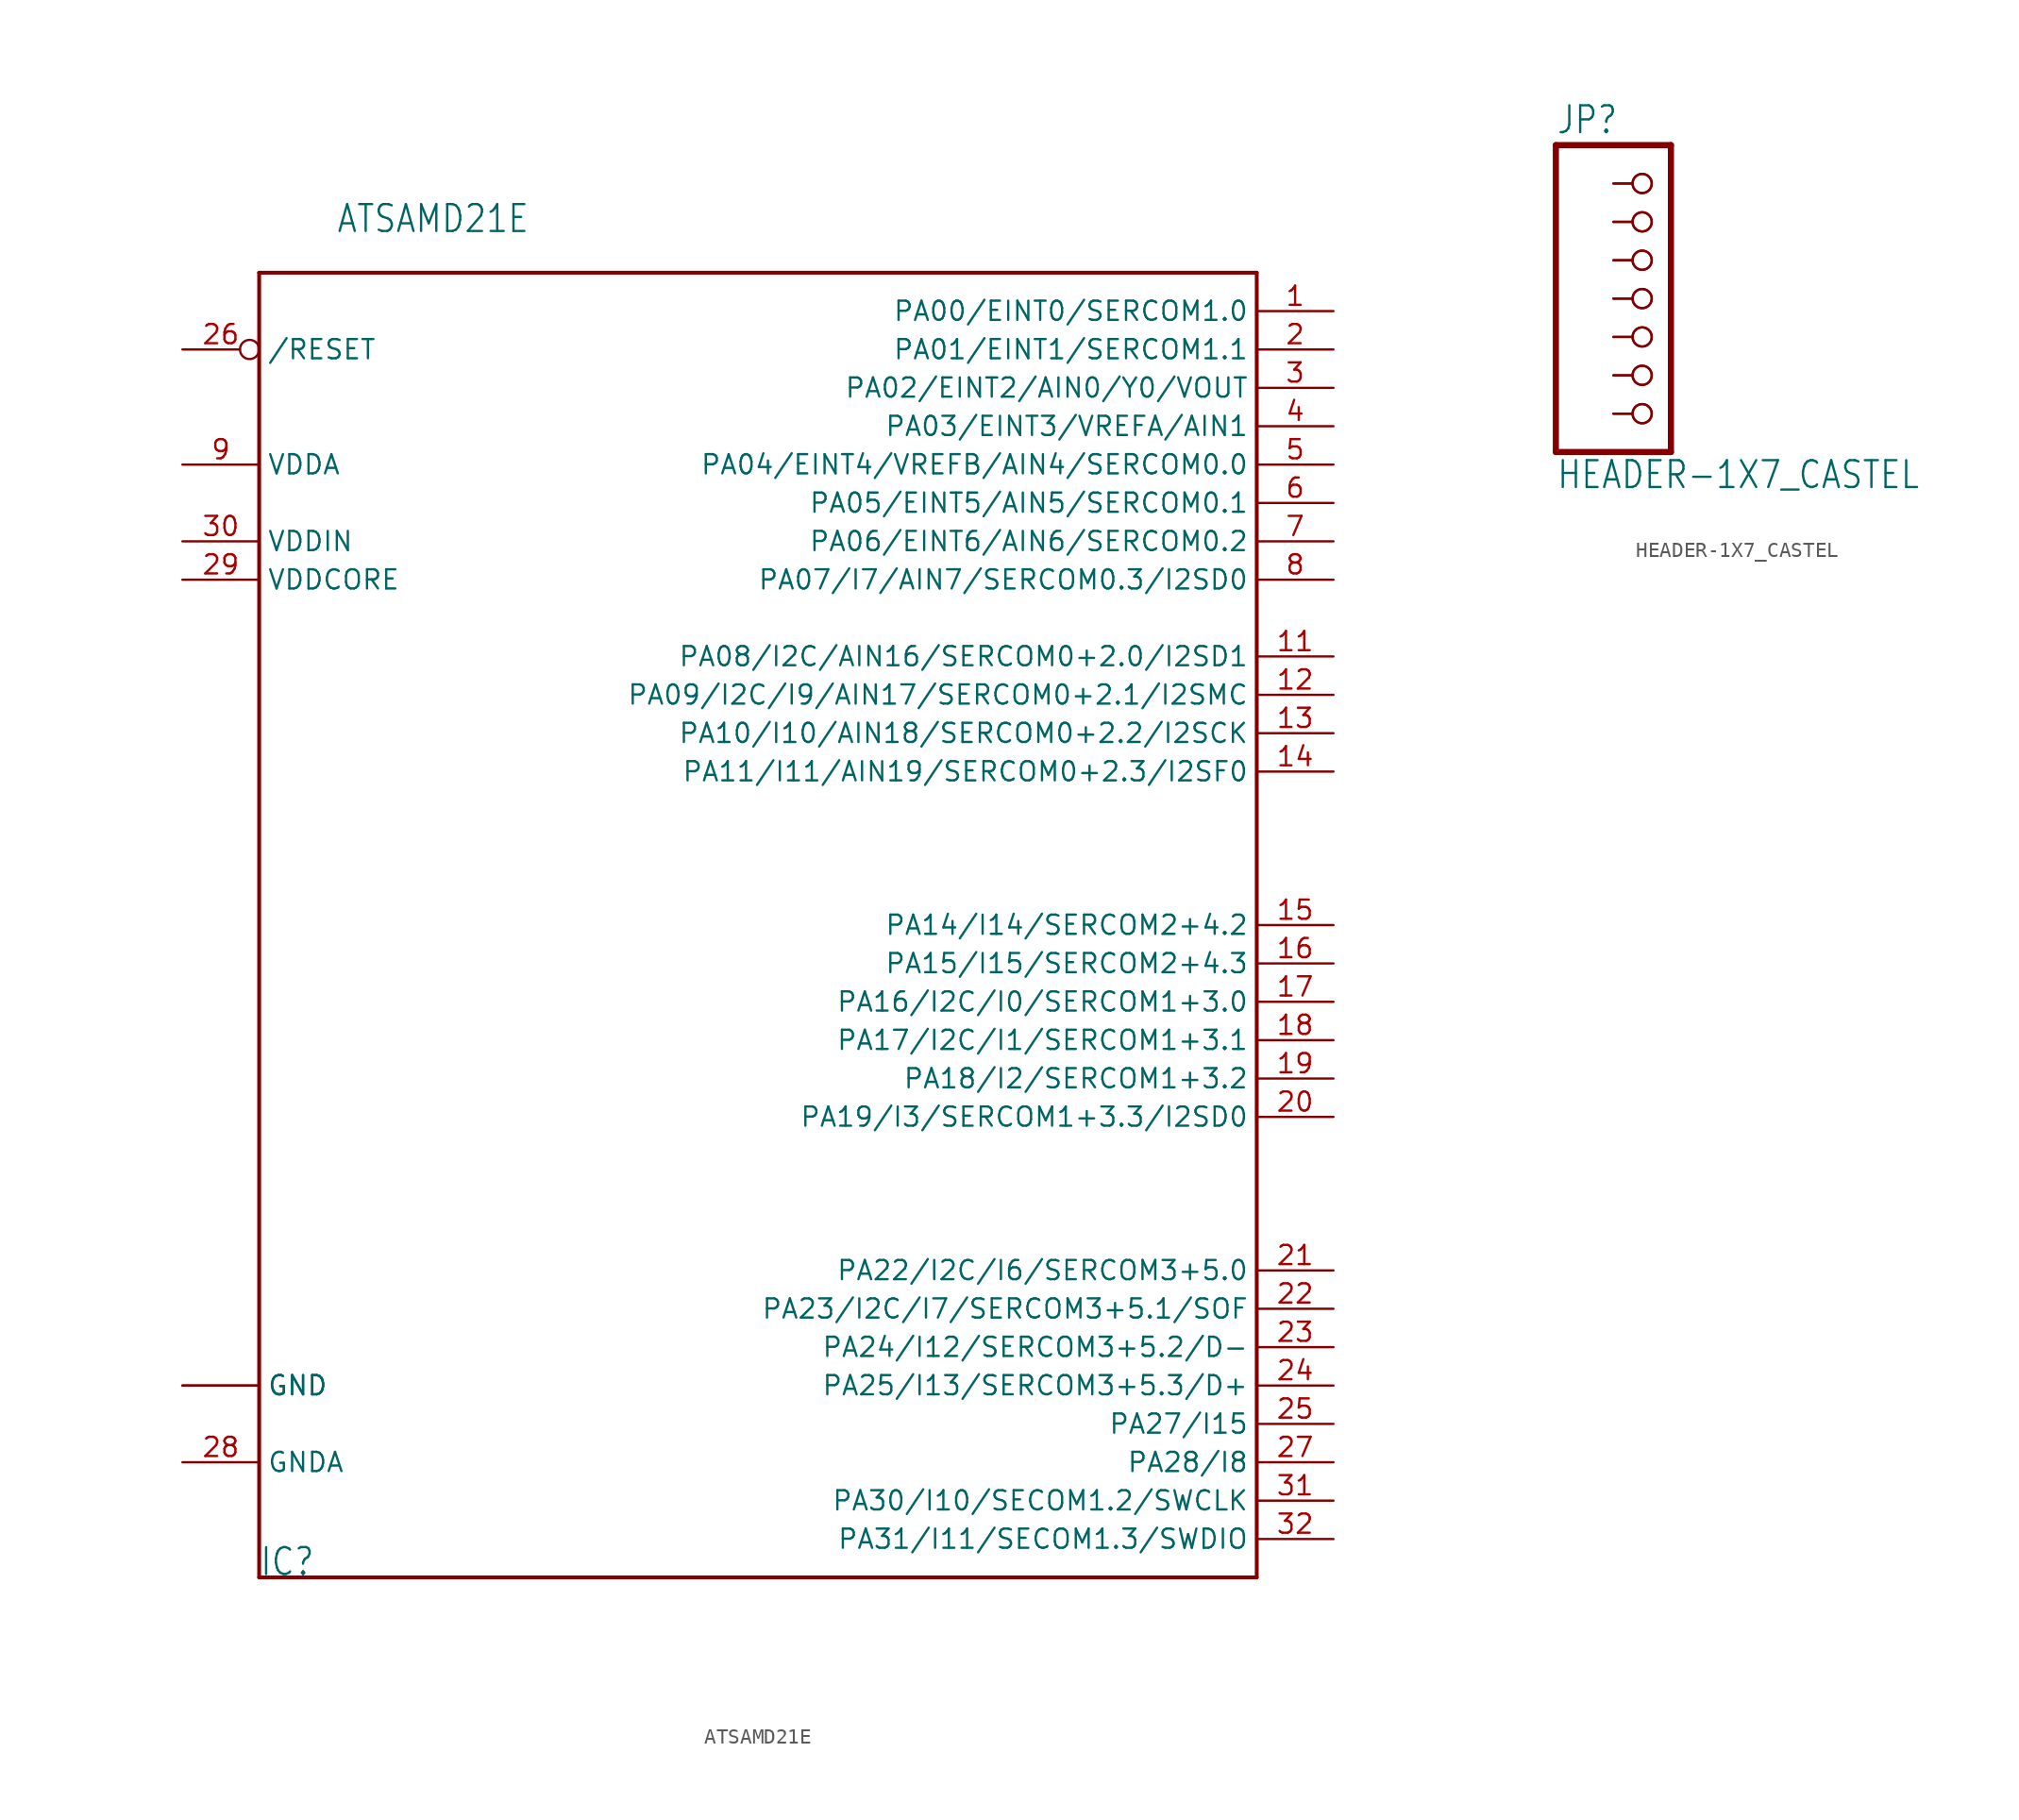
<source format=kicad_sym>
(kicad_symbol_lib
  (version 20211014)
  (generator kicad_symbol_editor)
  (symbol "ATSAMD21E"
    (property "Reference" "IC"
      (at -35.56 -43.18 0)
      (effects (font (size 1.778 1.511)) (justify left bottom)))
    (property "Value" "ATSAMD21E"
      (at -30.48 45.72 0)
      (effects (font (size 1.778 1.511)) (justify left bottom)))
    (property "ki_locked" ""
      (at 0 0 0)
      (effects (font (size 1.27 1.27))))
    (symbol "ATSAMD21E_1_0"
      (polyline (pts (xy -35.56 -43.18) (xy -35.56 43.18)) (stroke (width 0.254) (type default) (color 0 0 0 0)) (fill (type none)))
      (polyline (pts (xy -35.56 43.18) (xy 30.48 43.18)) (stroke (width 0.254) (type default) (color 0 0 0 0)) (fill (type none)))
      (polyline (pts (xy 30.48 -43.18) (xy -35.56 -43.18)) (stroke (width 0.254) (type default) (color 0 0 0 0)) (fill (type none)))
      (polyline (pts (xy 30.48 43.18) (xy 30.48 -43.18)) (stroke (width 0.254) (type default) (color 0 0 0 0)) (fill (type none)))
      (pin bidirectional line (at 35.56 40.64 180) (length 5.08) (name "PA00/EINT0/SERCOM1.0" (effects (font (size 1.27 1.27)))) (number "1" (effects (font (size 1.27 1.27)))))
      (pin power_in line (at -40.64 -30.48 0) (length 5.08) (name "GND" (effects (font (size 1.27 1.27)))) (number "10" (effects (font (size 0 0)))))
      (pin bidirectional line (at 35.56 17.78 180) (length 5.08) (name "PA08/I2C/AIN16/SERCOM0+2.0/I2SD1" (effects (font (size 1.27 1.27)))) (number "11" (effects (font (size 1.27 1.27)))))
      (pin bidirectional line (at 35.56 15.24 180) (length 5.08) (name "PA09/I2C/I9/AIN17/SERCOM0+2.1/I2SMC" (effects (font (size 1.27 1.27)))) (number "12" (effects (font (size 1.27 1.27)))))
      (pin bidirectional line (at 35.56 12.7 180) (length 5.08) (name "PA10/I10/AIN18/SERCOM0+2.2/I2SCK" (effects (font (size 1.27 1.27)))) (number "13" (effects (font (size 1.27 1.27)))))
      (pin bidirectional line (at 35.56 10.16 180) (length 5.08) (name "PA11/I11/AIN19/SERCOM0+2.3/I2SF0" (effects (font (size 1.27 1.27)))) (number "14" (effects (font (size 1.27 1.27)))))
      (pin bidirectional line (at 35.56 0 180) (length 5.08) (name "PA14/I14/SERCOM2+4.2" (effects (font (size 1.27 1.27)))) (number "15" (effects (font (size 1.27 1.27)))))
      (pin bidirectional line (at 35.56 -2.54 180) (length 5.08) (name "PA15/I15/SERCOM2+4.3" (effects (font (size 1.27 1.27)))) (number "16" (effects (font (size 1.27 1.27)))))
      (pin bidirectional line (at 35.56 -5.08 180) (length 5.08) (name "PA16/I2C/I0/SERCOM1+3.0" (effects (font (size 1.27 1.27)))) (number "17" (effects (font (size 1.27 1.27)))))
      (pin bidirectional line (at 35.56 -7.62 180) (length 5.08) (name "PA17/I2C/I1/SERCOM1+3.1" (effects (font (size 1.27 1.27)))) (number "18" (effects (font (size 1.27 1.27)))))
      (pin bidirectional line (at 35.56 -10.16 180) (length 5.08) (name "PA18/I2/SERCOM1+3.2" (effects (font (size 1.27 1.27)))) (number "19" (effects (font (size 1.27 1.27)))))
      (pin bidirectional line (at 35.56 38.1 180) (length 5.08) (name "PA01/EINT1/SERCOM1.1" (effects (font (size 1.27 1.27)))) (number "2" (effects (font (size 1.27 1.27)))))
      (pin bidirectional line (at 35.56 -12.7 180) (length 5.08) (name "PA19/I3/SERCOM1+3.3/I2SD0" (effects (font (size 1.27 1.27)))) (number "20" (effects (font (size 1.27 1.27)))))
      (pin bidirectional line (at 35.56 -22.86 180) (length 5.08) (name "PA22/I2C/I6/SERCOM3+5.0" (effects (font (size 1.27 1.27)))) (number "21" (effects (font (size 1.27 1.27)))))
      (pin bidirectional line (at 35.56 -25.4 180) (length 5.08) (name "PA23/I2C/I7/SERCOM3+5.1/SOF" (effects (font (size 1.27 1.27)))) (number "22" (effects (font (size 1.27 1.27)))))
      (pin bidirectional line (at 35.56 -27.94 180) (length 5.08) (name "PA24/I12/SERCOM3+5.2/D-" (effects (font (size 1.27 1.27)))) (number "23" (effects (font (size 1.27 1.27)))))
      (pin bidirectional line (at 35.56 -30.48 180) (length 5.08) (name "PA25/I13/SERCOM3+5.3/D+" (effects (font (size 1.27 1.27)))) (number "24" (effects (font (size 1.27 1.27)))))
      (pin bidirectional line (at 35.56 -33.02 180) (length 5.08) (name "PA27/I15" (effects (font (size 1.27 1.27)))) (number "25" (effects (font (size 1.27 1.27)))))
      (pin bidirectional inverted (at -40.64 38.1 0) (length 5.08) (name "/RESET" (effects (font (size 1.27 1.27)))) (number "26" (effects (font (size 1.27 1.27)))))
      (pin bidirectional line (at 35.56 -35.56 180) (length 5.08) (name "PA28/I8" (effects (font (size 1.27 1.27)))) (number "27" (effects (font (size 1.27 1.27)))))
      (pin power_in line (at -40.64 -35.56 0) (length 5.08) (name "GNDA" (effects (font (size 1.27 1.27)))) (number "28" (effects (font (size 1.27 1.27)))))
      (pin power_in line (at -40.64 22.86 0) (length 5.08) (name "VDDCORE" (effects (font (size 1.27 1.27)))) (number "29" (effects (font (size 1.27 1.27)))))
      (pin bidirectional line (at 35.56 35.56 180) (length 5.08) (name "PA02/EINT2/AIN0/Y0/VOUT" (effects (font (size 1.27 1.27)))) (number "3" (effects (font (size 1.27 1.27)))))
      (pin power_in line (at -40.64 25.4 0) (length 5.08) (name "VDDIN" (effects (font (size 1.27 1.27)))) (number "30" (effects (font (size 1.27 1.27)))))
      (pin bidirectional line (at 35.56 -38.1 180) (length 5.08) (name "PA30/I10/SECOM1.2/SWCLK" (effects (font (size 1.27 1.27)))) (number "31" (effects (font (size 1.27 1.27)))))
      (pin bidirectional line (at 35.56 -40.64 180) (length 5.08) (name "PA31/I11/SECOM1.3/SWDIO" (effects (font (size 1.27 1.27)))) (number "32" (effects (font (size 1.27 1.27)))))
      (pin power_in line (at -40.64 -30.48 0) (length 5.08) (name "GND" (effects (font (size 1.27 1.27)))) (number "33" (effects (font (size 0 0)))))
      (pin bidirectional line (at 35.56 33.02 180) (length 5.08) (name "PA03/EINT3/VREFA/AIN1" (effects (font (size 1.27 1.27)))) (number "4" (effects (font (size 1.27 1.27)))))
      (pin bidirectional line (at 35.56 30.48 180) (length 5.08) (name "PA04/EINT4/VREFB/AIN4/SERCOM0.0" (effects (font (size 1.27 1.27)))) (number "5" (effects (font (size 1.27 1.27)))))
      (pin bidirectional line (at 35.56 27.94 180) (length 5.08) (name "PA05/EINT5/AIN5/SERCOM0.1" (effects (font (size 1.27 1.27)))) (number "6" (effects (font (size 1.27 1.27)))))
      (pin bidirectional line (at 35.56 25.4 180) (length 5.08) (name "PA06/EINT6/AIN6/SERCOM0.2" (effects (font (size 1.27 1.27)))) (number "7" (effects (font (size 1.27 1.27)))))
      (pin bidirectional line (at 35.56 22.86 180) (length 5.08) (name "PA07/I7/AIN7/SERCOM0.3/I2SD0" (effects (font (size 1.27 1.27)))) (number "8" (effects (font (size 1.27 1.27)))))
      (pin power_in line (at -40.64 30.48 0) (length 5.08) (name "VDDA" (effects (font (size 1.27 1.27)))) (number "9" (effects (font (size 1.27 1.27)))))))
  (symbol "HEADER-1X7_CASTEL"
    (property "Reference" "JP"
      (at -6.35 10.795 0)
      (effects (font (size 1.778 1.511)) (justify left bottom)))
    (property "Value" "HEADER-1X7_CASTEL"
      (at -6.35 -12.7 0)
      (effects (font (size 1.778 1.511)) (justify left bottom)))
    (property "ki_locked" ""
      (at 0 0 0)
      (effects (font (size 1.27 1.27))))
    (symbol "HEADER-1X7_CASTEL_1_0"
      (polyline (pts (xy -6.35 -10.16) (xy 1.27 -10.16)) (stroke (width 0.406) (type default) (color 0 0 0 0)) (fill (type none)))
      (polyline (pts (xy -6.35 10.16) (xy -6.35 -10.16)) (stroke (width 0.406) (type default) (color 0 0 0 0)) (fill (type none)))
      (polyline (pts (xy 1.27 -10.16) (xy 1.27 10.16)) (stroke (width 0.406) (type default) (color 0 0 0 0)) (fill (type none)))
      (polyline (pts (xy 1.27 10.16) (xy -6.35 10.16)) (stroke (width 0.406) (type default) (color 0 0 0 0)) (fill (type none)))
      (pin passive inverted (at -2.54 7.62 0) (length 2.54) (name "1" (effects (font (size 0 0)))) (number "1" (effects (font (size 0 0)))))
      (pin passive inverted (at -2.54 7.62 0) (length 2.54) (name "1" (effects (font (size 0 0)))) (number "1C" (effects (font (size 0 0)))))
      (pin passive inverted (at -2.54 5.08 0) (length 2.54) (name "2" (effects (font (size 0 0)))) (number "2" (effects (font (size 0 0)))))
      (pin passive inverted (at -2.54 5.08 0) (length 2.54) (name "2" (effects (font (size 0 0)))) (number "2C" (effects (font (size 0 0)))))
      (pin passive inverted (at -2.54 2.54 0) (length 2.54) (name "3" (effects (font (size 0 0)))) (number "3" (effects (font (size 0 0)))))
      (pin passive inverted (at -2.54 2.54 0) (length 2.54) (name "3" (effects (font (size 0 0)))) (number "3C" (effects (font (size 0 0)))))
      (pin passive inverted (at -2.54 0 0) (length 2.54) (name "4" (effects (font (size 0 0)))) (number "4" (effects (font (size 0 0)))))
      (pin passive inverted (at -2.54 0 0) (length 2.54) (name "4" (effects (font (size 0 0)))) (number "4C" (effects (font (size 0 0)))))
      (pin passive inverted (at -2.54 -2.54 0) (length 2.54) (name "5" (effects (font (size 0 0)))) (number "5" (effects (font (size 0 0)))))
      (pin passive inverted (at -2.54 -2.54 0) (length 2.54) (name "5" (effects (font (size 0 0)))) (number "5C" (effects (font (size 0 0)))))
      (pin passive inverted (at -2.54 -5.08 0) (length 2.54) (name "6" (effects (font (size 0 0)))) (number "6" (effects (font (size 0 0)))))
      (pin passive inverted (at -2.54 -5.08 0) (length 2.54) (name "6" (effects (font (size 0 0)))) (number "6C" (effects (font (size 0 0)))))
      (pin passive inverted (at -2.54 -7.62 0) (length 2.54) (name "7" (effects (font (size 0 0)))) (number "7" (effects (font (size 0 0)))))
      (pin passive inverted (at -2.54 -7.62 0) (length 2.54) (name "7" (effects (font (size 0 0)))) (number "7C" (effects (font (size 0 0))))))))
</source>
